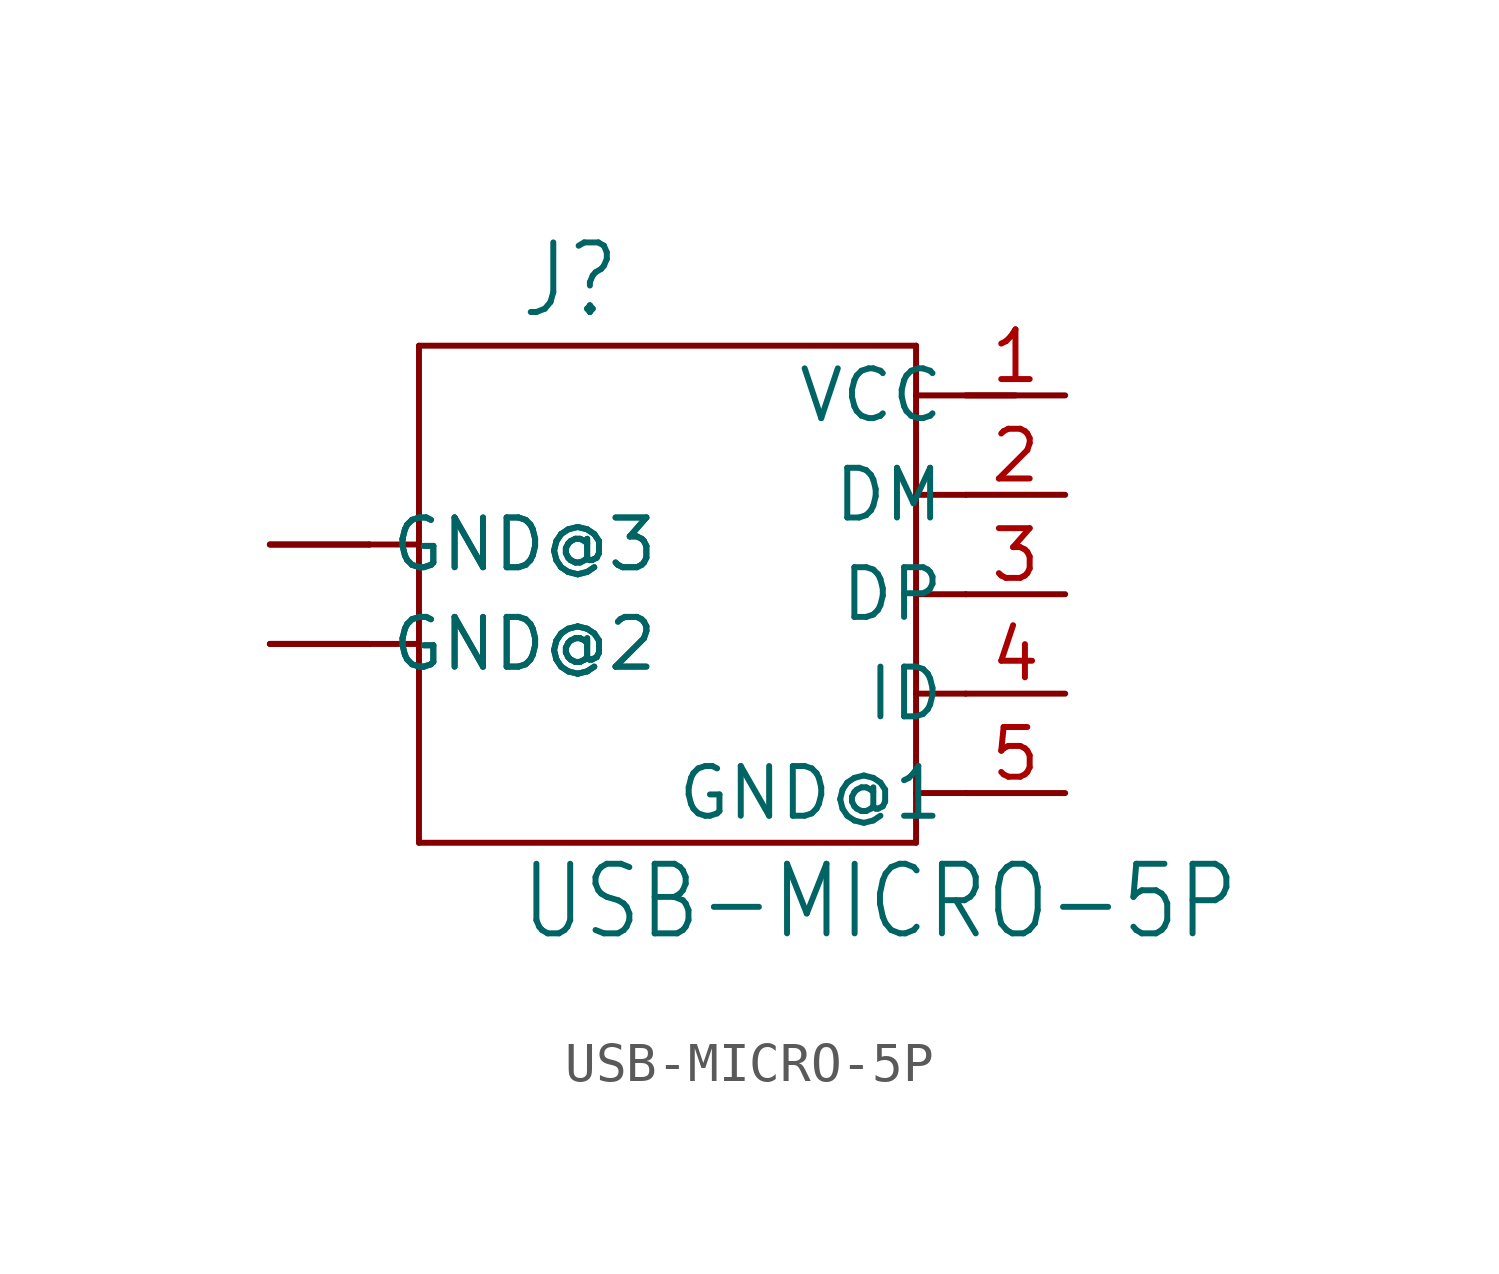
<source format=kicad_sym>
(kicad_symbol_lib
  (version 20211014)
  (generator kicad_symbol_editor)
  (symbol "USB-MICRO-5P"
    (property "Reference" "J"
      (at -3.81 6.985 0)
      (effects (font (size 1.778 1.511)) (justify left bottom)))
    (property "Value" "USB-MICRO-5P"
      (at -3.81 -8.89 0)
      (effects (font (size 1.778 1.511)) (justify left bottom)))
    (property "ki_locked" ""
      (at 0 0 0)
      (effects (font (size 1.27 1.27))))
    (symbol "USB-MICRO-5P_1_0"
      (polyline (pts (xy -7.62 -1.27) (xy -6.35 -1.27)) (stroke (width 0.152) (type default) (color 0 0 0 0)) (fill (type none)))
      (polyline (pts (xy -7.62 1.27) (xy -6.35 1.27)) (stroke (width 0.152) (type default) (color 0 0 0 0)) (fill (type none)))
      (polyline (pts (xy -6.35 -6.35) (xy 6.35 -6.35)) (stroke (width 0.152) (type default) (color 0 0 0 0)) (fill (type none)))
      (polyline (pts (xy -6.35 -1.27) (xy -6.35 -6.35)) (stroke (width 0.152) (type default) (color 0 0 0 0)) (fill (type none)))
      (polyline (pts (xy -6.35 1.27) (xy -6.35 -1.27)) (stroke (width 0.152) (type default) (color 0 0 0 0)) (fill (type none)))
      (polyline (pts (xy -6.35 6.35) (xy -6.35 1.27)) (stroke (width 0.152) (type default) (color 0 0 0 0)) (fill (type none)))
      (polyline (pts (xy 6.35 -6.35) (xy 6.35 -5.08)) (stroke (width 0.152) (type default) (color 0 0 0 0)) (fill (type none)))
      (polyline (pts (xy 6.35 -5.08) (xy 6.35 -2.54)) (stroke (width 0.152) (type default) (color 0 0 0 0)) (fill (type none)))
      (polyline (pts (xy 6.35 -5.08) (xy 7.62 -5.08)) (stroke (width 0.152) (type default) (color 0 0 0 0)) (fill (type none)))
      (polyline (pts (xy 6.35 -2.54) (xy 6.35 0)) (stroke (width 0.152) (type default) (color 0 0 0 0)) (fill (type none)))
      (polyline (pts (xy 6.35 -2.54) (xy 7.62 -2.54)) (stroke (width 0.152) (type default) (color 0 0 0 0)) (fill (type none)))
      (polyline (pts (xy 6.35 0) (xy 6.35 2.54)) (stroke (width 0.152) (type default) (color 0 0 0 0)) (fill (type none)))
      (polyline (pts (xy 6.35 0) (xy 7.62 0)) (stroke (width 0.152) (type default) (color 0 0 0 0)) (fill (type none)))
      (polyline (pts (xy 6.35 2.54) (xy 6.35 5.08)) (stroke (width 0.152) (type default) (color 0 0 0 0)) (fill (type none)))
      (polyline (pts (xy 6.35 2.54) (xy 7.62 2.54)) (stroke (width 0.152) (type default) (color 0 0 0 0)) (fill (type none)))
      (polyline (pts (xy 6.35 5.08) (xy 6.35 6.35)) (stroke (width 0.152) (type default) (color 0 0 0 0)) (fill (type none)))
      (polyline (pts (xy 6.35 5.08) (xy 8.89 5.08)) (stroke (width 0.152) (type default) (color 0 0 0 0)) (fill (type none)))
      (polyline (pts (xy 6.35 6.35) (xy -6.35 6.35)) (stroke (width 0.152) (type default) (color 0 0 0 0)) (fill (type none)))
      (pin bidirectional line (at 10.16 5.08 180) (length 2.54) (name "VCC" (effects (font (size 1.27 1.27)))) (number "1" (effects (font (size 1.27 1.27)))))
      (pin bidirectional line (at 10.16 2.54 180) (length 2.54) (name "DM" (effects (font (size 1.27 1.27)))) (number "2" (effects (font (size 1.27 1.27)))))
      (pin bidirectional line (at 10.16 0 180) (length 2.54) (name "DP" (effects (font (size 1.27 1.27)))) (number "3" (effects (font (size 1.27 1.27)))))
      (pin bidirectional line (at 10.16 -2.54 180) (length 2.54) (name "ID" (effects (font (size 1.27 1.27)))) (number "4" (effects (font (size 1.27 1.27)))))
      (pin bidirectional line (at 10.16 -5.08 180) (length 2.54) (name "GND@1" (effects (font (size 1.27 1.27)))) (number "5" (effects (font (size 1.27 1.27)))))
      (pin bidirectional line (at -10.16 1.27 0) (length 2.54) (name "GND@3" (effects (font (size 1.27 1.27)))) (number "E1" (effects (font (size 0 0)))))
      (pin bidirectional line (at -10.16 -1.27 0) (length 2.54) (name "GND@2" (effects (font (size 1.27 1.27)))) (number "E2" (effects (font (size 0 0)))))
      (pin bidirectional line (at -10.16 1.27 0) (length 2.54) (name "GND@3" (effects (font (size 1.27 1.27)))) (number "P1" (effects (font (size 0 0)))))
      (pin bidirectional line (at -10.16 -1.27 0) (length 2.54) (name "GND@2" (effects (font (size 1.27 1.27)))) (number "P2" (effects (font (size 0 0))))))))
</source>
